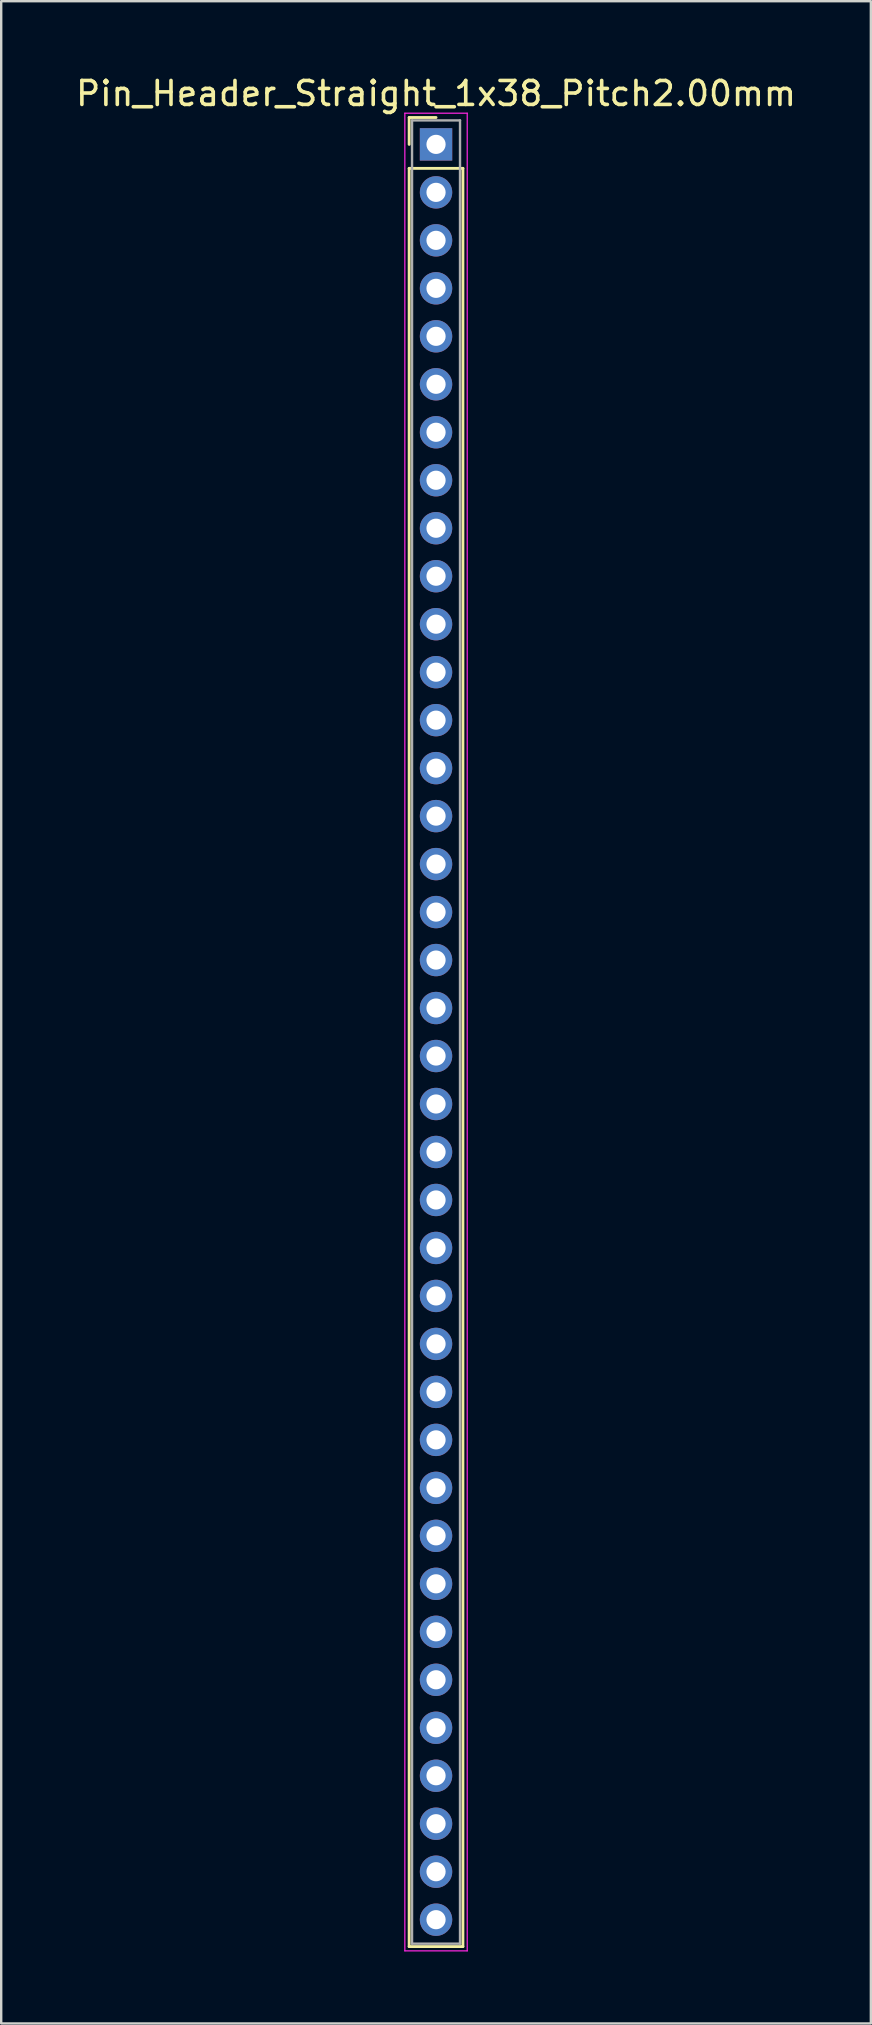
<source format=kicad_pcb>
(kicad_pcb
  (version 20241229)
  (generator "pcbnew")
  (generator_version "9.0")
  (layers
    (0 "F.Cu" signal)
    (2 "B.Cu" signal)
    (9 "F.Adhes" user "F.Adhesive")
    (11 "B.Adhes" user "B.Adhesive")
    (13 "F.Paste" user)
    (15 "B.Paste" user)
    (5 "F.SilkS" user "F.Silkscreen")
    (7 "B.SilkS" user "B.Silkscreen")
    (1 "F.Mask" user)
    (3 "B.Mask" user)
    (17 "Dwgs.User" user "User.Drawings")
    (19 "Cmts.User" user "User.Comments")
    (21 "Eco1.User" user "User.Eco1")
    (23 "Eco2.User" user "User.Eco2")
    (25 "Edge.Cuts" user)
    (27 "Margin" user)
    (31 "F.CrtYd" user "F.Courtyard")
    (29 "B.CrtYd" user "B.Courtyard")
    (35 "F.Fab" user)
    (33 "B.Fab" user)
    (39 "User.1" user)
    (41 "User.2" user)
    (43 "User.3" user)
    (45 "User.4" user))
  (footprint "Pin_Header_Straight_1x38_Pitch2.00mm"
    (layer "F.Cu")
    (at 15.125 2.968)
    (property "Reference" "Pin_Header_Straight_1x38_Pitch2.00mm" (at 0 -2.12 0) (layer "F.SilkS") (effects (font (size 1 1) (thickness 0.15))))
    (attr through_hole)
    (fp_line (start -1.12 -1.12) (end 0 -1.12) (stroke (width 0.12) (type solid)) (layer "F.SilkS"))
    (fp_line (start -1.12 0) (end -1.12 -1.12) (stroke (width 0.12) (type solid)) (layer "F.SilkS"))
    (fp_line (start -1.12 1) (end -1.12 75.12) (stroke (width 0.12) (type solid)) (layer "F.SilkS"))
    (fp_line (start -1.12 75.12) (end 1.12 75.12) (stroke (width 0.12) (type solid)) (layer "F.SilkS"))
    (fp_line (start 1.12 1) (end -1.12 1) (stroke (width 0.12) (type solid)) (layer "F.SilkS"))
    (fp_line (start 1.12 75.12) (end 1.12 1) (stroke (width 0.12) (type solid)) (layer "F.SilkS"))
    (fp_line (start -1.3 -1.3) (end -1.3 75.3) (stroke (width 0.05) (type solid)) (layer "F.CrtYd"))
    (fp_line (start -1.3 75.3) (end 1.3 75.3) (stroke (width 0.05) (type solid)) (layer "F.CrtYd"))
    (fp_line (start 1.3 -1.3) (end -1.3 -1.3) (stroke (width 0.05) (type solid)) (layer "F.CrtYd"))
    (fp_line (start 1.3 75.3) (end 1.3 -1.3) (stroke (width 0.05) (type solid)) (layer "F.CrtYd"))
    (fp_line (start -1 -1) (end -1 75) (stroke (width 0.1) (type solid)) (layer "F.Fab"))
    (fp_line (start -1 75) (end 1 75) (stroke (width 0.1) (type solid)) (layer "F.Fab"))
    (fp_line (start 1 -1) (end -1 -1) (stroke (width 0.1) (type solid)) (layer "F.Fab"))
    (fp_line (start 1 75) (end 1 -1) (stroke (width 0.1) (type solid)) (layer "F.Fab"))
    (pad "1" thru_hole rect (at 0 0) (size 1.35 1.35) (drill 0.8) (layers "*.Cu" "*.Mask"))
    (pad "2" thru_hole oval (at 0 2) (size 1.35 1.35) (drill 0.8) (layers "*.Cu" "*.Mask"))
    (pad "3" thru_hole oval (at 0 4) (size 1.35 1.35) (drill 0.8) (layers "*.Cu" "*.Mask"))
    (pad "4" thru_hole oval (at 0 6) (size 1.35 1.35) (drill 0.8) (layers "*.Cu" "*.Mask"))
    (pad "5" thru_hole oval (at 0 8) (size 1.35 1.35) (drill 0.8) (layers "*.Cu" "*.Mask"))
    (pad "6" thru_hole oval (at 0 10) (size 1.35 1.35) (drill 0.8) (layers "*.Cu" "*.Mask"))
    (pad "7" thru_hole oval (at 0 12) (size 1.35 1.35) (drill 0.8) (layers "*.Cu" "*.Mask"))
    (pad "8" thru_hole oval (at 0 14) (size 1.35 1.35) (drill 0.8) (layers "*.Cu" "*.Mask"))
    (pad "9" thru_hole oval (at 0 16) (size 1.35 1.35) (drill 0.8) (layers "*.Cu" "*.Mask"))
    (pad "10" thru_hole oval (at 0 18) (size 1.35 1.35) (drill 0.8) (layers "*.Cu" "*.Mask"))
    (pad "11" thru_hole oval (at 0 20) (size 1.35 1.35) (drill 0.8) (layers "*.Cu" "*.Mask"))
    (pad "12" thru_hole oval (at 0 22) (size 1.35 1.35) (drill 0.8) (layers "*.Cu" "*.Mask"))
    (pad "13" thru_hole oval (at 0 24) (size 1.35 1.35) (drill 0.8) (layers "*.Cu" "*.Mask"))
    (pad "14" thru_hole oval (at 0 26) (size 1.35 1.35) (drill 0.8) (layers "*.Cu" "*.Mask"))
    (pad "15" thru_hole oval (at 0 28) (size 1.35 1.35) (drill 0.8) (layers "*.Cu" "*.Mask"))
    (pad "16" thru_hole oval (at 0 30) (size 1.35 1.35) (drill 0.8) (layers "*.Cu" "*.Mask"))
    (pad "17" thru_hole oval (at 0 32) (size 1.35 1.35) (drill 0.8) (layers "*.Cu" "*.Mask"))
    (pad "18" thru_hole oval (at 0 34) (size 1.35 1.35) (drill 0.8) (layers "*.Cu" "*.Mask"))
    (pad "19" thru_hole oval (at 0 36) (size 1.35 1.35) (drill 0.8) (layers "*.Cu" "*.Mask"))
    (pad "20" thru_hole oval (at 0 38) (size 1.35 1.35) (drill 0.8) (layers "*.Cu" "*.Mask"))
    (pad "21" thru_hole oval (at 0 40) (size 1.35 1.35) (drill 0.8) (layers "*.Cu" "*.Mask"))
    (pad "22" thru_hole oval (at 0 42) (size 1.35 1.35) (drill 0.8) (layers "*.Cu" "*.Mask"))
    (pad "23" thru_hole oval (at 0 44) (size 1.35 1.35) (drill 0.8) (layers "*.Cu" "*.Mask"))
    (pad "24" thru_hole oval (at 0 46) (size 1.35 1.35) (drill 0.8) (layers "*.Cu" "*.Mask"))
    (pad "25" thru_hole oval (at 0 48) (size 1.35 1.35) (drill 0.8) (layers "*.Cu" "*.Mask"))
    (pad "26" thru_hole oval (at 0 50) (size 1.35 1.35) (drill 0.8) (layers "*.Cu" "*.Mask"))
    (pad "27" thru_hole oval (at 0 52) (size 1.35 1.35) (drill 0.8) (layers "*.Cu" "*.Mask"))
    (pad "28" thru_hole oval (at 0 54) (size 1.35 1.35) (drill 0.8) (layers "*.Cu" "*.Mask"))
    (pad "29" thru_hole oval (at 0 56) (size 1.35 1.35) (drill 0.8) (layers "*.Cu" "*.Mask"))
    (pad "30" thru_hole oval (at 0 58) (size 1.35 1.35) (drill 0.8) (layers "*.Cu" "*.Mask"))
    (pad "31" thru_hole oval (at 0 60) (size 1.35 1.35) (drill 0.8) (layers "*.Cu" "*.Mask"))
    (pad "32" thru_hole oval (at 0 62) (size 1.35 1.35) (drill 0.8) (layers "*.Cu" "*.Mask"))
    (pad "33" thru_hole oval (at 0 64) (size 1.35 1.35) (drill 0.8) (layers "*.Cu" "*.Mask"))
    (pad "34" thru_hole oval (at 0 66) (size 1.35 1.35) (drill 0.8) (layers "*.Cu" "*.Mask"))
    (pad "35" thru_hole oval (at 0 68) (size 1.35 1.35) (drill 0.8) (layers "*.Cu" "*.Mask"))
    (pad "36" thru_hole oval (at 0 70) (size 1.35 1.35) (drill 0.8) (layers "*.Cu" "*.Mask"))
    (pad "37" thru_hole oval (at 0 72) (size 1.35 1.35) (drill 0.8) (layers "*.Cu" "*.Mask"))
    (pad "38" thru_hole oval (at 0 74) (size 1.35 1.35) (drill 0.8) (layers "*.Cu" "*.Mask")))
  (gr_rect
    (start -3 -3)
    (end 33.25 81.293)
    (stroke (width 0.1) (type default))
    (fill no)
    (layer "Edge.Cuts")))
</source>
